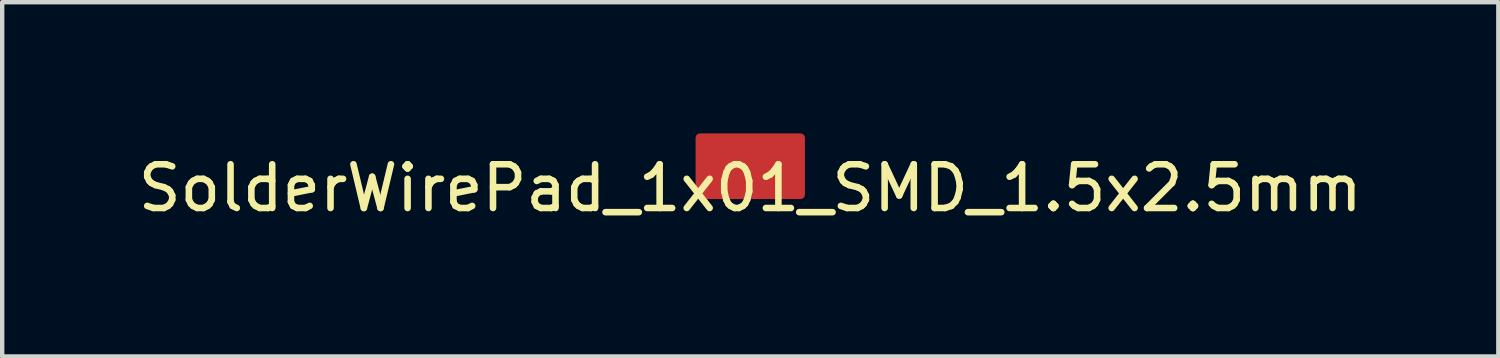
<source format=kicad_pcb>
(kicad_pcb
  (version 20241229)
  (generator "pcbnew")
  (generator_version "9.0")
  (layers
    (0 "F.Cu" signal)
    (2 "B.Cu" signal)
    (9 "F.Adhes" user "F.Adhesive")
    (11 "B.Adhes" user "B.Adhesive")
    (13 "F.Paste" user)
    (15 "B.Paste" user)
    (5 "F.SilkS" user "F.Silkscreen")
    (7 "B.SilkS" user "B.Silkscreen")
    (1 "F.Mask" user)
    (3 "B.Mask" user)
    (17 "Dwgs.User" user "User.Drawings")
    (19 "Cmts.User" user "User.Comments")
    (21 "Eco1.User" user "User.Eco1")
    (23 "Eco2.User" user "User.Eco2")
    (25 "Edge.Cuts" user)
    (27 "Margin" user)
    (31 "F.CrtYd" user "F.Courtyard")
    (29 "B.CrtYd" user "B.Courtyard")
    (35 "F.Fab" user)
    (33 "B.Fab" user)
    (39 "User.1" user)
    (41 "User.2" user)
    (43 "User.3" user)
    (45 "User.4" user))
  (footprint "SolderWirePad_1x01_SMD_1.5x2.5mm"
    (layer "F.Cu")
    (at 14.101 0.75)
    (property "Reference" "SolderWirePad_1x01_SMD_1.5x2.5mm" (at 0 0.5 0) (layer "F.SilkS") (effects (font (size 1 1) (thickness 0.15))))
    (attr through_hole)
    (pad "1" smd roundrect (at 0 0) (size 2.5 1.5) (layers "F.Cu" "F.Mask" "F.Paste") (roundrect_rratio 0.067)))
  (gr_rect
    (start -3 -3)
    (end 31.202 5.098)
    (stroke (width 0.1) (type default))
    (fill no)
    (layer "Edge.Cuts")))
</source>
